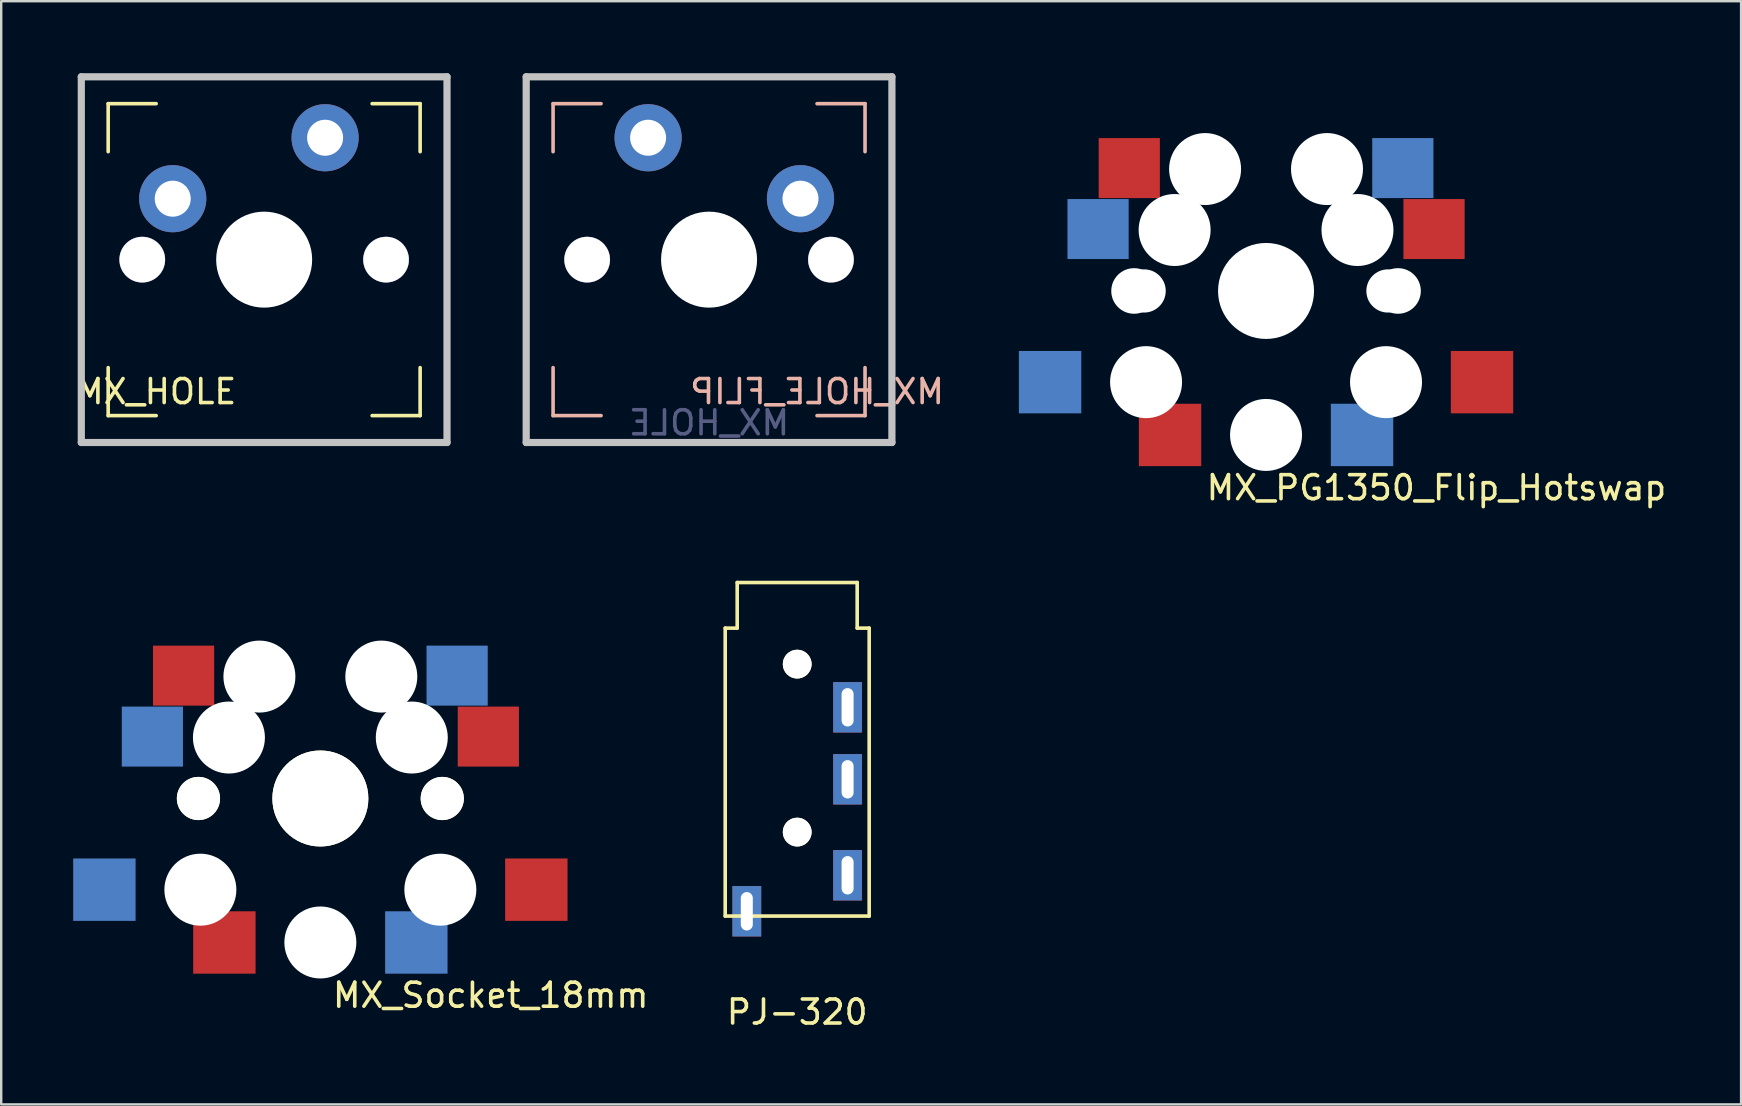
<source format=kicad_pcb>
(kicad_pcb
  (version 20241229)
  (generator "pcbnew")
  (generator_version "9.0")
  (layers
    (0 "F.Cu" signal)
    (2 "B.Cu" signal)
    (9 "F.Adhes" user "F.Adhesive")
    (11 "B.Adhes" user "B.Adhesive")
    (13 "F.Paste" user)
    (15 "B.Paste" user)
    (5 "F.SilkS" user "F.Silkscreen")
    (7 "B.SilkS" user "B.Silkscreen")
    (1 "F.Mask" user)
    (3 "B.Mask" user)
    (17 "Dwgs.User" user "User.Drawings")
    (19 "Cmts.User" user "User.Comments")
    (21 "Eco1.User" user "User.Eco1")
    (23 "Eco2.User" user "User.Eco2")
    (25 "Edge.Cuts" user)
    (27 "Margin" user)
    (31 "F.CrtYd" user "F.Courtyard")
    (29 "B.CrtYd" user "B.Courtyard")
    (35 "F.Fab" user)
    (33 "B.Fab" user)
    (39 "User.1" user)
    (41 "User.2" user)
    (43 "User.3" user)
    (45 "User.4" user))
  (footprint "MX_PG1350_Flip_Hotswap"
    (layer "F.Cu")
    (at 49.709 9.075)
    (property "Reference" "MX_PG1350_Flip_Hotswap" (at 7.1 8.2 0) (layer "F.SilkS") (effects (font (size 1 1) (thickness 0.15))))
    (attr through_hole)
    (fp_line (start -9 -9) (end 9 -9) (stroke (width 0.15) (type solid)) (layer "Eco2.User"))
    (fp_line (start -9 9) (end -9 -9) (stroke (width 0.15) (type solid)) (layer "Eco2.User"))
    (fp_line (start -7 -7) (end 7 -7) (stroke (width 0.15) (type solid)) (layer "Eco2.User"))
    (fp_line (start -7 7) (end -7 -7) (stroke (width 0.15) (type solid)) (layer "Eco2.User"))
    (fp_line (start 7 -7) (end 7 7) (stroke (width 0.15) (type solid)) (layer "Eco2.User"))
    (fp_line (start 7 7.1) (end -7 7.1) (stroke (width 0.15) (type solid)) (layer "Eco2.User"))
    (fp_line (start 9 -9) (end 9 9) (stroke (width 0.15) (type solid)) (layer "Eco2.User"))
    (fp_line (start 9 9) (end -9 9) (stroke (width 0.15) (type solid)) (layer "Eco2.User"))
    (pad "" np_thru_hole circle (at -5.5 0) (size 1.9 1.9) (drill 1.9) (layers "*.Cu" "*.Mask"))
    (pad "" np_thru_hole circle (at -5.08 0) (size 1.8 1.8) (drill 1.8) (layers "*.Cu" "*.Mask"))
    (pad "" np_thru_hole circle (at -5 3.8) (size 3 3) (drill 3) (layers "*.Cu" "*.Mask"))
    (pad "" np_thru_hole circle (at -3.81 -2.54 180) (size 3 3) (drill 3) (layers "*.Cu" "*.Mask"))
    (pad "" np_thru_hole circle (at -2.54 -5.08 180) (size 3 3) (drill 3) (layers "*.Cu" "*.Mask"))
    (pad "" np_thru_hole circle (at 0 0 90) (size 4 4) (drill 4) (layers "*.Cu" "*.Mask"))
    (pad "" np_thru_hole circle (at 0 6) (size 3 3) (drill 3) (layers "*.Cu" "*.Mask"))
    (pad "" np_thru_hole circle (at 2.54 -5.08 180) (size 3 3) (drill 3) (layers "*.Cu" "*.Mask"))
    (pad "" np_thru_hole circle (at 3.81 -2.54 180) (size 3 3) (drill 3) (layers "*.Cu" "*.Mask"))
    (pad "" np_thru_hole circle (at 5 3.8) (size 3 3) (drill 3) (layers "*.Cu" "*.Mask"))
    (pad "" np_thru_hole circle (at 5.08 0) (size 1.8 1.8) (drill 1.8) (layers "*.Cu" "*.Mask"))
    (pad "" np_thru_hole circle (at 5.5 0) (size 1.9 1.9) (drill 1.9) (layers "*.Cu" "*.Mask"))
    (pad "1" smd rect (at -9 3.8) (size 2.6 2.6) (layers "B.Cu" "B.Mask" "B.Paste"))
    (pad "1" smd rect (at -7 -2.58 180) (size 2.55 2.5) (layers "B.Cu" "B.Mask" "B.Paste"))
    (pad "1" smd rect (at 7 -2.58 180) (size 2.55 2.5) (layers "F.Cu" "F.Mask" "F.Paste"))
    (pad "1" smd rect (at 9 3.8) (size 2.6 2.6) (layers "F.Cu" "F.Mask" "F.Paste"))
    (pad "2" smd rect (at -5.7 -5.12 180) (size 2.55 2.5) (layers "F.Cu" "F.Mask" "F.Paste"))
    (pad "2" smd rect (at -4 6) (size 2.6 2.6) (layers "F.Cu" "F.Mask" "F.Paste"))
    (pad "2" smd rect (at 4 6) (size 2.6 2.6) (layers "B.Cu" "B.Mask" "B.Paste"))
    (pad "2" smd rect (at 5.7 -5.12 180) (size 2.55 2.5) (layers "B.Cu" "B.Mask" "B.Paste")))
  (footprint "MX_HOLE"
    (layer "F.Cu")
    (at 7.958 7.77)
    (property "Reference" "MX_HOLE" (at -4.5 5.5 0) (layer "F.SilkS") (effects (font (size 1 1) (thickness 0.15))))
    (attr through_hole)
    (fp_line (start -6.5 -6.5) (end -6.5 -4.5) (stroke (width 0.15) (type solid)) (layer "F.SilkS"))
    (fp_line (start -6.5 6.5) (end -6.5 4.5) (stroke (width 0.15) (type solid)) (layer "F.SilkS"))
    (fp_line (start -6.5 6.5) (end -4.5 6.5) (stroke (width 0.15) (type solid)) (layer "F.SilkS"))
    (fp_line (start -4.5 -6.5) (end -6.5 -6.5) (stroke (width 0.15) (type solid)) (layer "F.SilkS"))
    (fp_line (start 4.5 6.5) (end 6.5 6.5) (stroke (width 0.15) (type solid)) (layer "F.SilkS"))
    (fp_line (start 6.5 -6.5) (end 4.5 -6.5) (stroke (width 0.15) (type solid)) (layer "F.SilkS"))
    (fp_line (start 6.5 -4.5) (end 6.5 -6.5) (stroke (width 0.15) (type solid)) (layer "F.SilkS"))
    (fp_line (start 6.5 6.5) (end 6.5 4.5) (stroke (width 0.15) (type solid)) (layer "F.SilkS"))
    (fp_line (start -7.62 -7.62) (end 7.62 -7.62) (stroke (width 0.3) (type solid)) (layer "Dwgs.User"))
    (fp_line (start -7.62 7.62) (end -7.62 -7.62) (stroke (width 0.3) (type solid)) (layer "Dwgs.User"))
    (fp_line (start 7.62 -7.62) (end 7.62 7.62) (stroke (width 0.3) (type solid)) (layer "Dwgs.User"))
    (fp_line (start 7.62 7.62) (end -7.62 7.62) (stroke (width 0.3) (type solid)) (layer "Dwgs.User"))
    (pad "" np_thru_hole circle (at -5.08 0) (size 1.91 1.91) (drill 1.9) (layers "*.Cu" "*.Mask"))
    (pad "" np_thru_hole circle (at 0 0) (size 4 4) (drill 4) (layers "*.Cu" "*.Mask"))
    (pad "" np_thru_hole circle (at 5.08 0) (size 1.91 1.91) (drill 1.9) (layers "*.Cu" "*.Mask"))
    (pad "1" thru_hole circle (at -3.81 -2.54) (size 2.8 2.8) (drill 1.5) (layers "*.Cu" "*.Mask"))
    (pad "2" thru_hole circle (at 2.54 -5.08) (size 2.8 2.8) (drill 1.5) (layers "*.Cu" "*.Mask")))
  (footprint "MX_HOLE_FLIP"
    (layer "F.Cu")
    (at 26.498 7.77)
    (property "Reference" "MX_HOLE_FLIP" (at 4.5 5.5 180) (layer "B.SilkS") (effects (font (size 1 1) (thickness 0.15)) (justify mirror)))
    (attr through_hole)
    (fp_line (start -6.5 -6.5) (end -4.5 -6.5) (stroke (width 0.15) (type solid)) (layer "B.SilkS"))
    (fp_line (start -6.5 -4.5) (end -6.5 -6.5) (stroke (width 0.15) (type solid)) (layer "B.SilkS"))
    (fp_line (start -6.5 6.5) (end -6.5 4.5) (stroke (width 0.15) (type solid)) (layer "B.SilkS"))
    (fp_line (start -4.5 6.5) (end -6.5 6.5) (stroke (width 0.15) (type solid)) (layer "B.SilkS"))
    (fp_line (start 4.5 -6.5) (end 6.5 -6.5) (stroke (width 0.15) (type solid)) (layer "B.SilkS"))
    (fp_line (start 6.5 -6.5) (end 6.5 -4.5) (stroke (width 0.15) (type solid)) (layer "B.SilkS"))
    (fp_line (start 6.5 6.5) (end 4.5 6.5) (stroke (width 0.15) (type solid)) (layer "B.SilkS"))
    (fp_line (start 6.5 6.5) (end 6.5 4.5) (stroke (width 0.15) (type solid)) (layer "B.SilkS"))
    (fp_line (start -7.62 -7.62) (end -7.62 7.62) (stroke (width 0.3) (type solid)) (layer "Dwgs.User"))
    (fp_line (start -7.62 7.62) (end 7.62 7.62) (stroke (width 0.3) (type solid)) (layer "Dwgs.User"))
    (fp_line (start 7.62 -7.62) (end -7.62 -7.62) (stroke (width 0.3) (type solid)) (layer "Dwgs.User"))
    (fp_line (start 7.62 7.62) (end 7.62 -7.62) (stroke (width 0.3) (type solid)) (layer "Dwgs.User"))
    (fp_text user "MX_HOLE" (at 0 6.8 180) (layer "B.Fab") (effects (font (size 1 1) (thickness 0.15)) (justify mirror)))
    (pad "" np_thru_hole circle (at -5.08 0 180) (size 1.91 1.91) (drill 1.9) (layers "*.Cu" "*.Mask"))
    (pad "" np_thru_hole circle (at 0 0 180) (size 4 4) (drill 4) (layers "*.Cu" "*.Mask"))
    (pad "" np_thru_hole circle (at 5.08 0 180) (size 1.91 1.91) (drill 1.9) (layers "*.Cu" "*.Mask"))
    (pad "1" thru_hole circle (at 3.81 -2.54 180) (size 2.8 2.8) (drill 1.5) (layers "*.Cu" "*.Mask"))
    (pad "2" thru_hole circle (at -2.54 -5.08 180) (size 2.8 2.8) (drill 1.5) (layers "*.Cu" "*.Mask")))
  (footprint "MX_Socket_18mm"
    (layer "F.Cu")
    (at 10.3 30.225)
    (property "Reference" "MX_Socket_18mm" (at 7.1 8.2 0) (layer "F.SilkS") (effects (font (size 1 1) (thickness 0.15))))
    (attr through_hole)
    (fp_line (start -9 -9) (end 9 -9) (stroke (width 0.15) (type solid)) (layer "Eco2.User"))
    (fp_line (start -9 9) (end -9 -9) (stroke (width 0.15) (type solid)) (layer "Eco2.User"))
    (fp_line (start -7 -7) (end 7 -7) (stroke (width 0.15) (type solid)) (layer "Eco2.User"))
    (fp_line (start -7 7) (end -7 -7) (stroke (width 0.15) (type solid)) (layer "Eco2.User"))
    (fp_line (start 7 -7) (end 7 7) (stroke (width 0.15) (type solid)) (layer "Eco2.User"))
    (fp_line (start 7 7.1) (end -7 7.1) (stroke (width 0.15) (type solid)) (layer "Eco2.User"))
    (fp_line (start 9 -9) (end 9 9) (stroke (width 0.15) (type solid)) (layer "Eco2.User"))
    (fp_line (start 9 9) (end -9 9) (stroke (width 0.15) (type solid)) (layer "Eco2.User"))
    (pad "" np_thru_hole circle (at -5.08 0) (size 1.8 1.8) (drill 1.8) (layers "*.Cu" "*.Mask" "F.SilkS"))
    (pad "" np_thru_hole circle (at -5 3.8) (size 3 3) (drill 3) (layers "*.Cu" "*.Mask"))
    (pad "" np_thru_hole circle (at -3.81 -2.54 180) (size 3 3) (drill 3) (layers "*.Cu" "*.Mask"))
    (pad "" np_thru_hole circle (at -2.54 -5.08 180) (size 3 3) (drill 3) (layers "*.Cu" "*.Mask"))
    (pad "" np_thru_hole circle (at 0 0 90) (size 4 4) (drill 4) (layers "*.Cu" "*.Mask" "F.SilkS"))
    (pad "" np_thru_hole circle (at 0 6) (size 3 3) (drill 3) (layers "*.Cu" "*.Mask"))
    (pad "" np_thru_hole circle (at 2.54 -5.08 180) (size 3 3) (drill 3) (layers "*.Cu" "*.Mask"))
    (pad "" np_thru_hole circle (at 3.81 -2.54 180) (size 3 3) (drill 3) (layers "*.Cu" "*.Mask"))
    (pad "" np_thru_hole circle (at 5 3.8) (size 3 3) (drill 3) (layers "*.Cu" "*.Mask"))
    (pad "" np_thru_hole circle (at 5.08 0) (size 1.8 1.8) (drill 1.8) (layers "*.Cu" "*.Mask" "F.SilkS"))
    (pad "1" smd rect (at -9 3.8) (size 2.6 2.6) (layers "B.Cu" "B.Mask" "B.Paste"))
    (pad "1" smd rect (at -7 -2.58 180) (size 2.55 2.5) (layers "B.Cu" "B.Mask" "B.Paste"))
    (pad "1" smd rect (at 7 -2.58 180) (size 2.55 2.5) (layers "F.Cu" "F.Mask" "F.Paste"))
    (pad "1" smd rect (at 9 3.8) (size 2.6 2.6) (layers "F.Cu" "F.Mask" "F.Paste"))
    (pad "2" smd rect (at -5.7 -5.12 180) (size 2.55 2.5) (layers "F.Cu" "F.Mask" "F.Paste"))
    (pad "2" smd rect (at -4 6) (size 2.6 2.6) (layers "F.Cu" "F.Mask" "F.Paste"))
    (pad "2" smd rect (at 4 6) (size 2.6 2.6) (layers "B.Cu" "B.Mask" "B.Paste"))
    (pad "2" smd rect (at 5.7 -5.12 180) (size 2.55 2.5) (layers "B.Cu" "B.Mask" "B.Paste")))
  (footprint "PJ-320"
    (layer "F.Cu")
    (at 30.171 29.125)
    (property "Reference" "PJ-320" (at 0 10 0) (layer "F.SilkS") (effects (font (size 1 1) (thickness 0.15))))
    (attr through_hole)
    (fp_line (start -3 -6) (end -2.5 -6) (stroke (width 0.15) (type solid)) (layer "F.SilkS"))
    (fp_line (start -3 6) (end -3 -6) (stroke (width 0.15) (type solid)) (layer "F.SilkS"))
    (fp_line (start -2.5 -7.9) (end 2.5 -7.9) (stroke (width 0.15) (type solid)) (layer "F.SilkS"))
    (fp_line (start -2.5 -6) (end -2.5 -7.9) (stroke (width 0.15) (type solid)) (layer "F.SilkS"))
    (fp_line (start 2.5 -6) (end 2.5 -7.9) (stroke (width 0.15) (type solid)) (layer "F.SilkS"))
    (fp_line (start 3 -6) (end 2.5 -6) (stroke (width 0.15) (type solid)) (layer "F.SilkS"))
    (fp_line (start 3 -6) (end 3 6) (stroke (width 0.15) (type solid)) (layer "F.SilkS"))
    (fp_line (start 3 6) (end -3 6) (stroke (width 0.15) (type solid)) (layer "F.SilkS"))
    (pad "" np_thru_hole circle (at 0 -4.5) (size 1.2 1.2) (drill 1.2) (layers "*.Cu" "*.Mask" "F.SilkS"))
    (pad "" np_thru_hole circle (at 0 2.5) (size 1.2 1.2) (drill 1.2) (layers "*.Cu" "*.Mask" "F.SilkS"))
    (pad "R1" thru_hole rect (at 2.1 0.3) (size 1.2 2.1) (drill oval 0.5 1.6) (layers "*.Cu" "*.Mask"))
    (pad "R2" thru_hole rect (at 2.1 -2.7) (size 1.2 2.1) (drill oval 0.5 1.6) (layers "*.Cu" "*.Mask"))
    (pad "S" thru_hole rect (at -2.1 5.8) (size 1.2 2.1) (drill oval 0.5 1.6) (layers "*.Cu" "*.Mask"))
    (pad "T" thru_hole rect (at 2.1 4.3) (size 1.2 2.1) (drill oval 0.5 1.6) (layers "*.Cu" "*.Mask")))
  (gr_rect
    (start -3 -3)
    (end 69.505 42.973)
    (stroke (width 0.1) (type default))
    (fill no)
    (layer "Edge.Cuts")))
</source>
